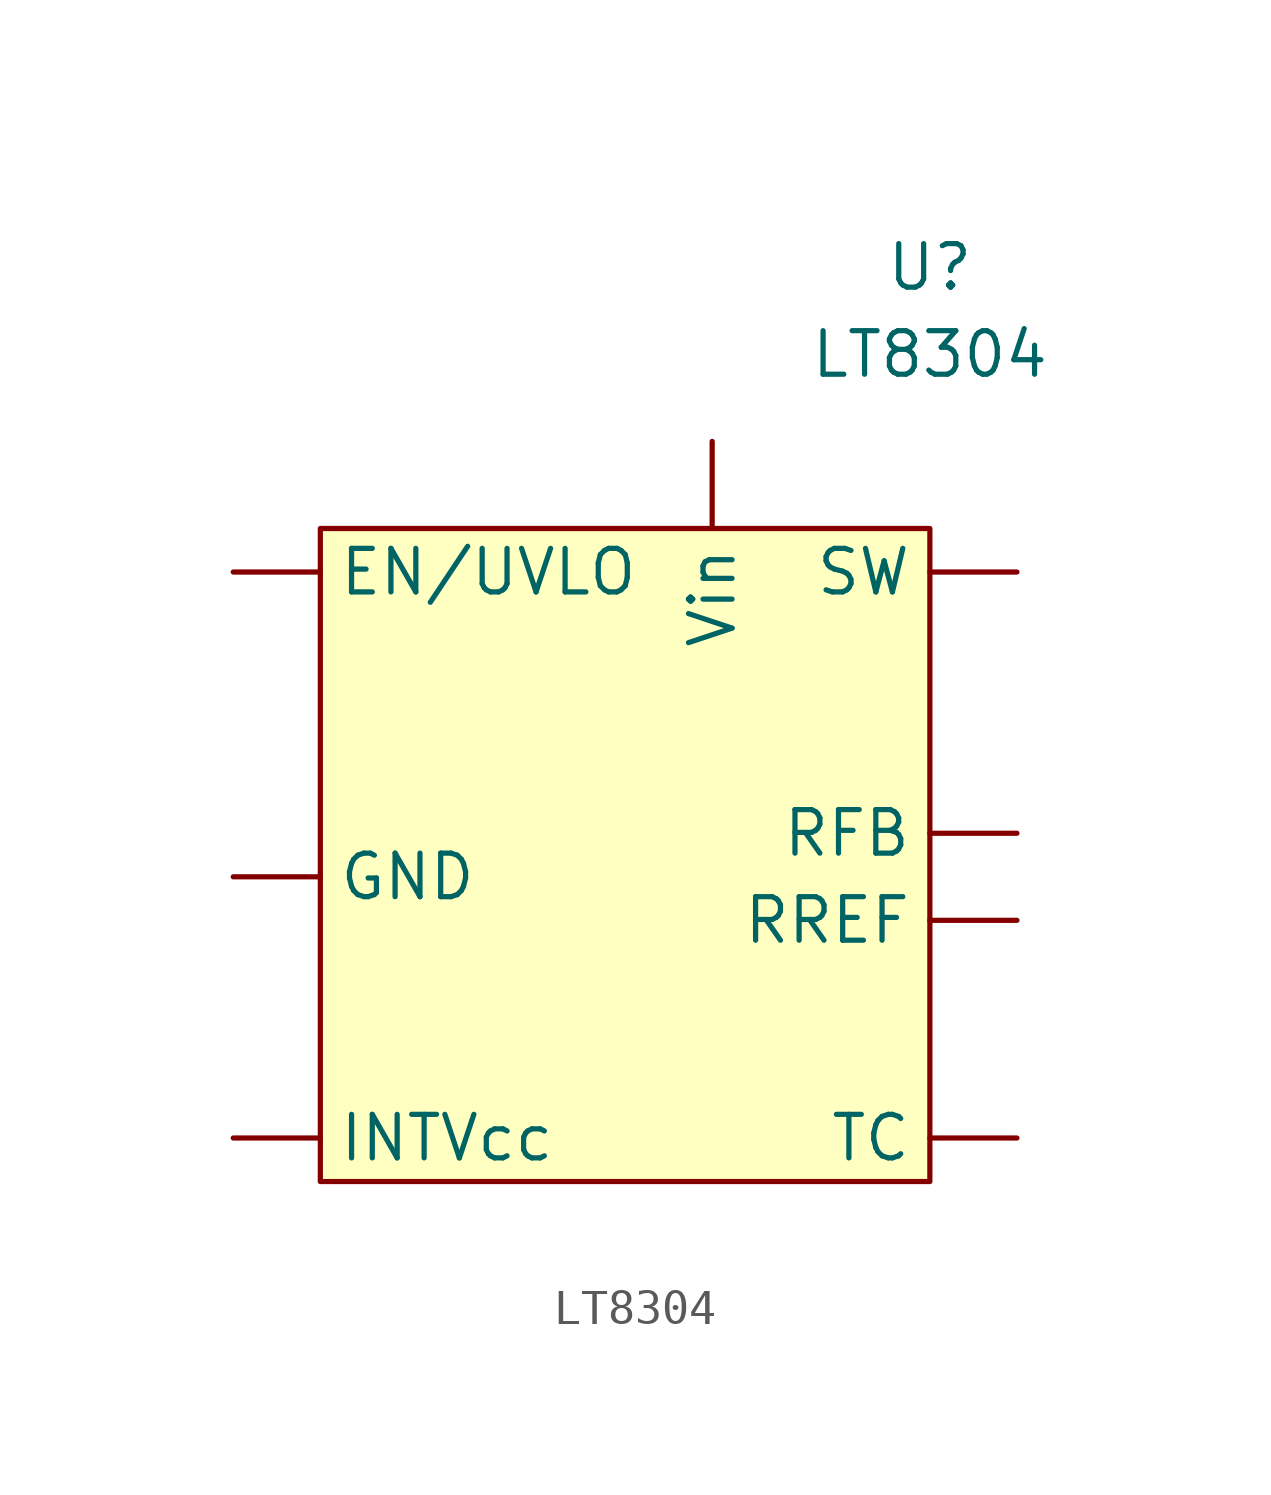
<source format=kicad_sym>
(kicad_symbol_lib
  (version 20211014)
  (generator kicad_symbol_editor)
  (symbol "LT8304"
    (pin_numbers hide)
    (property "Reference" "U"
      (at 8.89 16.51 0)
      (effects (font (size 1.27 1.27))))
    (property "Value" "LT8304"
      (at 8.89 13.97 0)
      (effects (font (size 1.27 1.27))))
    (symbol "LT8304_0_1"
      (rectangle (start 8.89 8.89) (end -8.89 -10.16) (stroke (width 0.152) (type default) (color 0 0 0 0)) (fill (type background))))
    (symbol "LT8304_1_1"
      (pin input line (at -11.43 7.62 0) (length 2.54) (name "EN/UVLO" (effects (font (size 1.27 1.27)))) (number "" (effects (font (size 1.27 1.27)))))
      (pin input line (at -11.43 -1.27 0) (length 2.54) (name "GND" (effects (font (size 1.27 1.27)))) (number "" (effects (font (size 1.27 1.27)))))
      (pin input line (at -11.43 -8.89 0) (length 2.54) (name "INTVcc" (effects (font (size 1.27 1.27)))) (number "" (effects (font (size 1.27 1.27)))))
      (pin input line (at 11.43 0 180) (length 2.54) (name "RFB" (effects (font (size 1.27 1.27)))) (number "" (effects (font (size 1.27 1.27)))))
      (pin input line (at 11.43 -2.54 180) (length 2.54) (name "RREF" (effects (font (size 1.27 1.27)))) (number "" (effects (font (size 1.27 1.27)))))
      (pin input line (at 11.43 7.62 180) (length 2.54) (name "SW" (effects (font (size 1.27 1.27)))) (number "" (effects (font (size 1.27 1.27)))))
      (pin input line (at 11.43 -8.89 180) (length 2.54) (name "TC" (effects (font (size 1.27 1.27)))) (number "" (effects (font (size 1.27 1.27)))))
      (pin input line (at 2.54 11.43 270) (length 2.54) (name "Vin" (effects (font (size 1.27 1.27)))) (number "3" (effects (font (size 1.27 1.27))))))))
</source>
